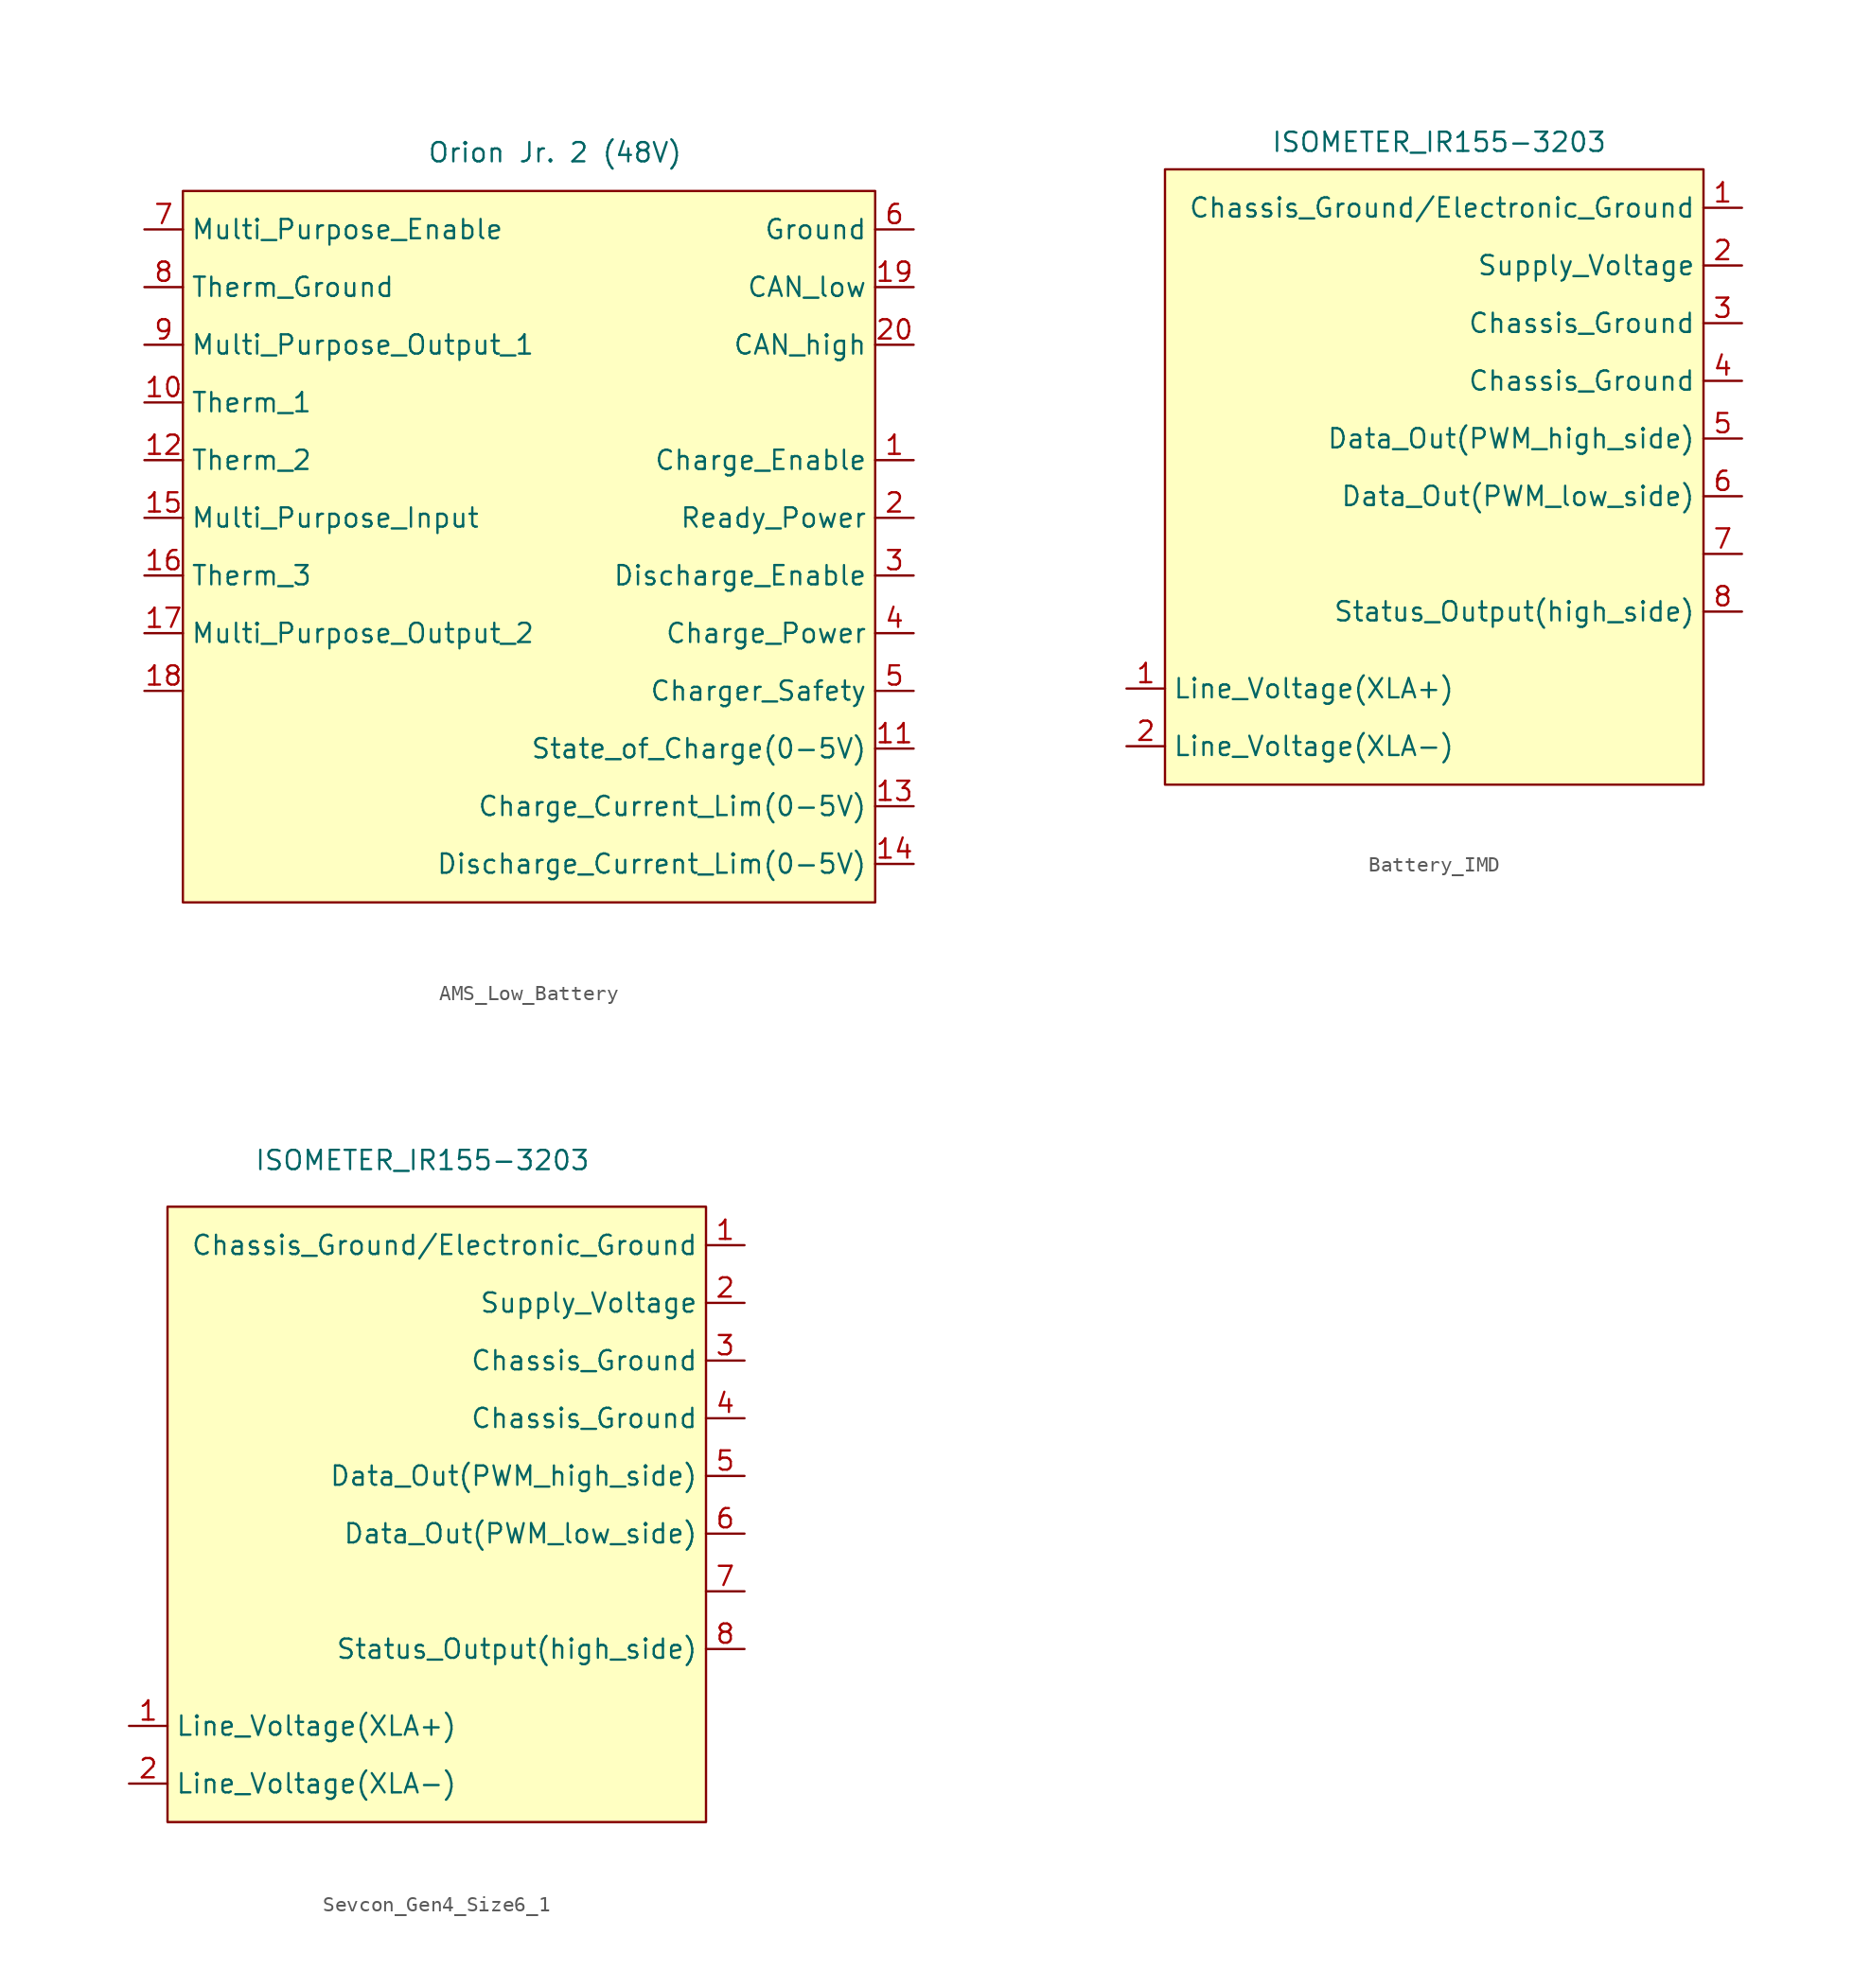
<source format=kicad_sym>
(kicad_symbol_lib
  (version 20220914)
  (generator kicad_symbol_editor)
  (symbol "AMS_Low_Battery"
    (property "Reference" "U4"
      (at -10.16 17.78 0)
      (effects (font (size 1.27 1.27)) hide))
    (property "Value" "Orion Jr. 2 (48V)"
      (at 10.16 17.78 0)
      (effects (font (size 1.27 1.27)) (justify right)))
    (symbol "AMS_Low_Battery_0_1"
      (rectangle (start -22.86 15.24) (end 22.86 -31.75) (stroke (width 0) (type default)) (fill (type background))))
    (symbol "AMS_Low_Battery_1_1"
      (pin passive line (at 25.4 -2.54 180) (length 2.54) (name "Charge_Enable" (effects (font (size 1.27 1.27)))) (number "1" (effects (font (size 1.27 1.27)))))
      (pin passive line (at -25.4 1.27 0) (length 2.54) (name "Therm_1" (effects (font (size 1.27 1.27)))) (number "10" (effects (font (size 1.27 1.27)))))
      (pin passive line (at 25.4 -21.59 180) (length 2.54) (name "State_of_Charge(0-5V)" (effects (font (size 1.27 1.27)))) (number "11" (effects (font (size 1.27 1.27)))))
      (pin passive line (at -25.4 -2.54 0) (length 2.54) (name "Therm_2" (effects (font (size 1.27 1.27)))) (number "12" (effects (font (size 1.27 1.27)))))
      (pin passive line (at 25.4 -25.4 180) (length 2.54) (name "Charge_Current_Lim(0-5V)" (effects (font (size 1.27 1.27)))) (number "13" (effects (font (size 1.27 1.27)))))
      (pin passive line (at 25.4 -29.21 180) (length 2.54) (name "Discharge_Current_Lim(0-5V)" (effects (font (size 1.27 1.27)))) (number "14" (effects (font (size 1.27 1.27)))))
      (pin passive line (at -25.4 -6.35 0) (length 2.54) (name "Multi_Purpose_Input" (effects (font (size 1.27 1.27)))) (number "15" (effects (font (size 1.27 1.27)))))
      (pin passive line (at -25.4 -10.16 0) (length 2.54) (name "Therm_3" (effects (font (size 1.27 1.27)))) (number "16" (effects (font (size 1.27 1.27)))))
      (pin passive line (at -25.4 -13.97 0) (length 2.54) (name "Multi_Purpose_Output_2" (effects (font (size 1.27 1.27)))) (number "17" (effects (font (size 1.27 1.27)))))
      (pin passive line (at -25.4 -17.78 0) (length 2.54) (name "" (effects (font (size 1.27 1.27)))) (number "18" (effects (font (size 1.27 1.27)))))
      (pin passive line (at 25.4 8.89 180) (length 2.54) (name "CAN_low" (effects (font (size 1.27 1.27)))) (number "19" (effects (font (size 1.27 1.27)))))
      (pin passive line (at 25.4 -6.35 180) (length 2.54) (name "Ready_Power" (effects (font (size 1.27 1.27)))) (number "2" (effects (font (size 1.27 1.27)))))
      (pin passive line (at 25.4 5.08 180) (length 2.54) (name "CAN_high" (effects (font (size 1.27 1.27)))) (number "20" (effects (font (size 1.27 1.27)))))
      (pin passive line (at 25.4 -10.16 180) (length 2.54) (name "Discharge_Enable" (effects (font (size 1.27 1.27)))) (number "3" (effects (font (size 1.27 1.27)))))
      (pin passive line (at 25.4 -13.97 180) (length 2.54) (name "Charge_Power" (effects (font (size 1.27 1.27)))) (number "4" (effects (font (size 1.27 1.27)))))
      (pin passive line (at 25.4 -17.78 180) (length 2.54) (name "Charger_Safety" (effects (font (size 1.27 1.27)))) (number "5" (effects (font (size 1.27 1.27)))))
      (pin passive line (at 25.4 12.7 180) (length 2.54) (name "Ground" (effects (font (size 1.27 1.27)))) (number "6" (effects (font (size 1.27 1.27)))))
      (pin passive line (at -25.4 12.7 0) (length 2.54) (name "Multi_Purpose_Enable" (effects (font (size 1.27 1.27)))) (number "7" (effects (font (size 1.27 1.27)))))
      (pin passive line (at -25.4 8.89 0) (length 2.54) (name "Therm_Ground" (effects (font (size 1.27 1.27)))) (number "8" (effects (font (size 1.27 1.27)))))
      (pin passive line (at -25.4 5.08 0) (length 2.54) (name "Multi_Purpose_Output_1" (effects (font (size 1.27 1.27)))) (number "9" (effects (font (size 1.27 1.27)))))))
  (symbol "Battery_IMD"
    (property "Reference" "U5"
      (at -13.97 16.51 0)
      (effects (font (size 1.27 1.27)) hide))
    (property "Value" "ISOMETER_IR155-3203"
      (at 11.43 16.51 0)
      (effects (font (size 1.27 1.27)) (justify right top)))
    (symbol "Battery_IMD_0_1"
      (rectangle (start -17.78 13.97) (end 17.78 -26.67) (stroke (width 0) (type default)) (fill (type background))))
    (symbol "Battery_IMD_1_1"
      (pin passive line (at 20.32 11.43 180) (length 2.54) (name "Chassis_Ground/Electronic_Ground" (effects (font (size 1.27 1.27)))) (number "1" (effects (font (size 1.27 1.27)))))
      (pin passive line (at -20.32 -20.32 0) (length 2.54) (name "Line_Voltage(XLA+)" (effects (font (size 1.27 1.27)))) (number "1" (effects (font (size 1.27 1.27)))))
      (pin passive line (at -20.32 -24.13 0) (length 2.54) (name "Line_Voltage(XLA-)" (effects (font (size 1.27 1.27)))) (number "2" (effects (font (size 1.27 1.27)))))
      (pin passive line (at 20.32 7.62 180) (length 2.54) (name "Supply_Voltage" (effects (font (size 1.27 1.27)))) (number "2" (effects (font (size 1.27 1.27)))))
      (pin passive line (at 20.32 3.81 180) (length 2.54) (name "Chassis_Ground" (effects (font (size 1.27 1.27)))) (number "3" (effects (font (size 1.27 1.27)))))
      (pin passive line (at 20.32 0 180) (length 2.54) (name "Chassis_Ground" (effects (font (size 1.27 1.27)))) (number "4" (effects (font (size 1.27 1.27)))))
      (pin passive line (at 20.32 -3.81 180) (length 2.54) (name "Data_Out(PWM_high_side)" (effects (font (size 1.27 1.27)))) (number "5" (effects (font (size 1.27 1.27)))))
      (pin passive line (at 20.32 -7.62 180) (length 2.54) (name "Data_Out(PWM_low_side)" (effects (font (size 1.27 1.27)))) (number "6" (effects (font (size 1.27 1.27)))))
      (pin passive line (at 20.32 -11.43 180) (length 2.54) (name "" (effects (font (size 1.27 1.27)))) (number "7" (effects (font (size 1.27 1.27)))))
      (pin passive line (at 20.32 -15.24 180) (length 2.54) (name "Status_Output(high_side)" (effects (font (size 1.27 1.27)))) (number "8" (effects (font (size 1.27 1.27)))))))
  (symbol "Sevcon_Gen4_Size6_1"
    (property "Reference" "U5"
      (at -10.16 17.78 0)
      (effects (font (size 1.27 1.27)) hide))
    (property "Value" "ISOMETER_IR155-3203"
      (at 10.16 17.78 0)
      (effects (font (size 1.27 1.27)) (justify right top)))
    (symbol "Sevcon_Gen4_Size6_1_0_1"
      (rectangle (start -17.78 13.97) (end 17.78 -26.67) (stroke (width 0) (type default)) (fill (type background))))
    (symbol "Sevcon_Gen4_Size6_1_1_1"
      (pin passive line (at 20.32 11.43 180) (length 2.54) (name "Chassis_Ground/Electronic_Ground" (effects (font (size 1.27 1.27)))) (number "1" (effects (font (size 1.27 1.27)))))
      (pin passive line (at -20.32 -20.32 0) (length 2.54) (name "Line_Voltage(XLA+)" (effects (font (size 1.27 1.27)))) (number "1" (effects (font (size 1.27 1.27)))))
      (pin passive line (at -20.32 -24.13 0) (length 2.54) (name "Line_Voltage(XLA-)" (effects (font (size 1.27 1.27)))) (number "2" (effects (font (size 1.27 1.27)))))
      (pin passive line (at 20.32 7.62 180) (length 2.54) (name "Supply_Voltage" (effects (font (size 1.27 1.27)))) (number "2" (effects (font (size 1.27 1.27)))))
      (pin passive line (at 20.32 3.81 180) (length 2.54) (name "Chassis_Ground" (effects (font (size 1.27 1.27)))) (number "3" (effects (font (size 1.27 1.27)))))
      (pin passive line (at 20.32 0 180) (length 2.54) (name "Chassis_Ground" (effects (font (size 1.27 1.27)))) (number "4" (effects (font (size 1.27 1.27)))))
      (pin passive line (at 20.32 -3.81 180) (length 2.54) (name "Data_Out(PWM_high_side)" (effects (font (size 1.27 1.27)))) (number "5" (effects (font (size 1.27 1.27)))))
      (pin passive line (at 20.32 -7.62 180) (length 2.54) (name "Data_Out(PWM_low_side)" (effects (font (size 1.27 1.27)))) (number "6" (effects (font (size 1.27 1.27)))))
      (pin passive line (at 20.32 -11.43 180) (length 2.54) (name "" (effects (font (size 1.27 1.27)))) (number "7" (effects (font (size 1.27 1.27)))))
      (pin passive line (at 20.32 -15.24 180) (length 2.54) (name "Status_Output(high_side)" (effects (font (size 1.27 1.27)))) (number "8" (effects (font (size 1.27 1.27))))))))
</source>
